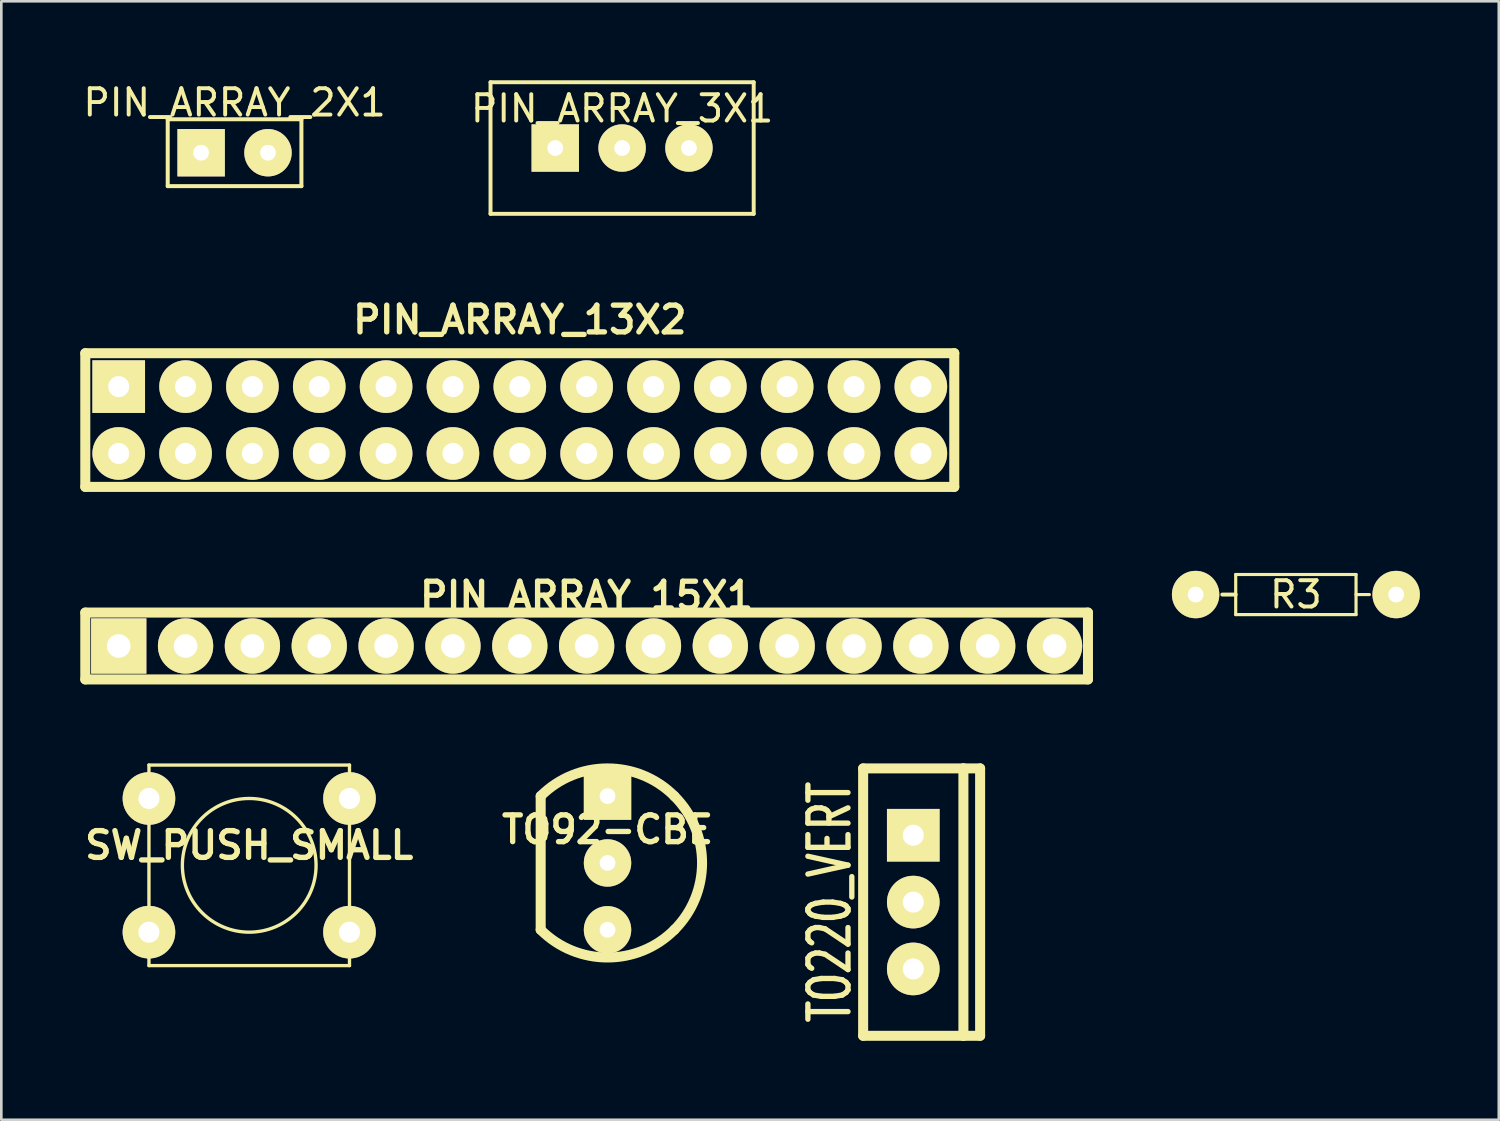
<source format=kicad_pcb>
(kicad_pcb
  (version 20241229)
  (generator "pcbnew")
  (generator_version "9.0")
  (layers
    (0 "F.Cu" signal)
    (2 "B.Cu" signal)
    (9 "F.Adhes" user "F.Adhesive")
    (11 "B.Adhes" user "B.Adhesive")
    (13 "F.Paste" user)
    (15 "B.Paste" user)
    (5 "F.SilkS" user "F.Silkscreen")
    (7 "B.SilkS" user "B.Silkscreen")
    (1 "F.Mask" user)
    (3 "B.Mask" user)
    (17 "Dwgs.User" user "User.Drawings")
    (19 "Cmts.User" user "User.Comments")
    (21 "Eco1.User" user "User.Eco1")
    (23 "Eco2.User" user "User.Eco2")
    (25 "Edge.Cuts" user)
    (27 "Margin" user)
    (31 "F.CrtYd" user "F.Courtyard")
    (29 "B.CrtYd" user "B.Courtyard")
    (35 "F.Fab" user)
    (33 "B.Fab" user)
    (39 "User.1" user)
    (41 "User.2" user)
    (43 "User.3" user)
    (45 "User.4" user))
  (footprint "PIN_ARRAY_13X2"
    (layer "F.Cu")
    (at 16.701 12.911)
    (property "Reference" "PIN_ARRAY_13X2" (at 0 -3.81 0) (layer "F.SilkS") (effects (font (size 1.016 1.016) (thickness 0.203))))
    (attr through_hole)
    (fp_line (start -16.51 -2.54) (end 16.51 -2.54) (stroke (width 0.381) (type solid)) (layer "F.SilkS"))
    (fp_line (start -16.51 2.54) (end -16.51 -2.54) (stroke (width 0.381) (type solid)) (layer "F.SilkS"))
    (fp_line (start 16.51 -2.54) (end 16.51 2.54) (stroke (width 0.381) (type solid)) (layer "F.SilkS"))
    (fp_line (start 16.51 2.54) (end -16.51 2.54) (stroke (width 0.381) (type solid)) (layer "F.SilkS"))
    (pad "1" thru_hole rect (at -15.24 -1.27) (size 2 2) (drill 0.8) (layers "*.Cu" "*.Mask" "F.SilkS"))
    (pad "2" thru_hole circle (at -15.24 1.27) (size 2 2) (drill 0.8) (layers "*.Cu" "*.Mask" "F.SilkS"))
    (pad "3" thru_hole circle (at -12.7 -1.27) (size 2 2) (drill 0.8) (layers "*.Cu" "*.Mask" "F.SilkS"))
    (pad "4" thru_hole circle (at -12.7 1.27) (size 2 2) (drill 0.8) (layers "*.Cu" "*.Mask" "F.SilkS"))
    (pad "5" thru_hole circle (at -10.16 -1.27) (size 2 2) (drill 0.8) (layers "*.Cu" "*.Mask" "F.SilkS"))
    (pad "6" thru_hole circle (at -10.16 1.27) (size 2 2) (drill 0.8) (layers "*.Cu" "*.Mask" "F.SilkS"))
    (pad "7" thru_hole circle (at -7.62 -1.27) (size 2 2) (drill 0.8) (layers "*.Cu" "*.Mask" "F.SilkS"))
    (pad "8" thru_hole circle (at -7.62 1.27) (size 2 2) (drill 0.8) (layers "*.Cu" "*.Mask" "F.SilkS"))
    (pad "9" thru_hole circle (at -5.08 -1.27) (size 2 2) (drill 0.8) (layers "*.Cu" "*.Mask" "F.SilkS"))
    (pad "10" thru_hole circle (at -5.08 1.27) (size 2 2) (drill 0.8) (layers "*.Cu" "*.Mask" "F.SilkS"))
    (pad "11" thru_hole circle (at -2.54 -1.27) (size 1.999 1.999) (drill 0.8) (layers "*.Cu" "*.Mask" "F.SilkS"))
    (pad "12" thru_hole circle (at -2.54 1.27) (size 1.999 1.999) (drill 0.8) (layers "*.Cu" "*.Mask" "F.SilkS"))
    (pad "13" thru_hole circle (at 0 -1.27) (size 1.999 1.999) (drill 0.8) (layers "*.Cu" "*.Mask" "F.SilkS"))
    (pad "14" thru_hole circle (at 0 1.27) (size 1.999 1.999) (drill 0.8) (layers "*.Cu" "*.Mask" "F.SilkS"))
    (pad "15" thru_hole circle (at 2.54 -1.27) (size 1.999 1.999) (drill 0.8) (layers "*.Cu" "*.Mask" "F.SilkS"))
    (pad "16" thru_hole circle (at 2.54 1.27) (size 1.999 1.999) (drill 0.8) (layers "*.Cu" "*.Mask" "F.SilkS"))
    (pad "17" thru_hole circle (at 5.08 -1.27) (size 1.999 1.999) (drill 0.8) (layers "*.Cu" "*.Mask" "F.SilkS"))
    (pad "18" thru_hole circle (at 5.08 1.27) (size 1.999 1.999) (drill 0.8) (layers "*.Cu" "*.Mask" "F.SilkS"))
    (pad "19" thru_hole circle (at 7.62 -1.27) (size 1.999 1.999) (drill 0.8) (layers "*.Cu" "*.Mask" "F.SilkS"))
    (pad "20" thru_hole circle (at 7.62 1.27) (size 1.999 1.999) (drill 0.8) (layers "*.Cu" "*.Mask" "F.SilkS"))
    (pad "21" thru_hole circle (at 10.16 -1.27) (size 1.999 1.999) (drill 0.8) (layers "*.Cu" "*.Mask" "F.SilkS"))
    (pad "22" thru_hole circle (at 10.16 1.27) (size 1.999 1.999) (drill 0.8) (layers "*.Cu" "*.Mask" "F.SilkS"))
    (pad "23" thru_hole circle (at 12.7 -1.27) (size 1.999 1.999) (drill 0.8) (layers "*.Cu" "*.Mask" "F.SilkS"))
    (pad "24" thru_hole circle (at 12.7 1.27) (size 1.999 1.999) (drill 0.8) (layers "*.Cu" "*.Mask" "F.SilkS"))
    (pad "25" thru_hole circle (at 15.24 -1.27) (size 1.999 1.999) (drill 0.8) (layers "*.Cu" "*.Mask" "F.SilkS"))
    (pad "26" thru_hole circle (at 15.24 1.27) (size 1.999 1.999) (drill 0.8) (layers "*.Cu" "*.Mask" "F.SilkS")))
  (footprint "TO92-CBE"
    (layer "F.Cu")
    (at 20.035 29.741)
    (property "Reference" "TO92-CBE" (at 0 -1.27 180) (layer "F.SilkS") (effects (font (size 1.016 1.016) (thickness 0.203))))
    (attr through_hole)
    (fp_line (start -2.54 2.54) (end -2.54 -2.54) (stroke (width 0.381) (type solid)) (layer "F.SilkS"))
    (fp_arc (start -2.54 -2.54) (mid 0 -3.592102) (end 2.54 -2.54) (stroke (width 0.381) (type solid)) (layer "F.SilkS"))
    (fp_arc (start 2.54 -2.54) (mid 3.592102 0) (end 2.54 2.54) (stroke (width 0.381) (type solid)) (layer "F.SilkS"))
    (fp_arc (start 2.54 2.54) (mid 0 3.592102) (end -2.54 2.54) (stroke (width 0.381) (type solid)) (layer "F.SilkS"))
    (pad "B" thru_hole circle (at 0 0 180) (size 1.801 1.801) (drill 0.599) (layers "*.Cu" "*.Mask" "F.SilkS"))
    (pad "C" thru_hole rect (at 0 -2.54 180) (size 1.801 1.801) (drill 0.599) (layers "*.Cu" "*.Mask" "F.SilkS"))
    (pad "E" thru_hole circle (at 0 2.54 180) (size 1.801 1.801) (drill 0.599) (layers "*.Cu" "*.Mask" "F.SilkS")))
  (footprint "R3"
    (layer "F.Cu")
    (at 47.461 19.542)
    (property "Reference" "R3" (at -1.27 0 0) (layer "F.SilkS") (effects (font (size 1 1) (thickness 0.15))))
    (attr through_hole)
    (fp_line (start -3.556 -0.762) (end -3.556 0.762) (stroke (width 0.12) (type solid)) (layer "F.SilkS"))
    (fp_line (start -3.556 0) (end -4.064 0) (stroke (width 0.15) (type solid)) (layer "F.SilkS"))
    (fp_line (start -3.556 0.762) (end 1.016 0.762) (stroke (width 0.12) (type solid)) (layer "F.SilkS"))
    (fp_line (start 1.016 -0.762) (end -3.556 -0.762) (stroke (width 0.12) (type solid)) (layer "F.SilkS"))
    (fp_line (start 1.016 0) (end 1.524 0) (stroke (width 0.12) (type solid)) (layer "F.SilkS"))
    (fp_line (start 1.016 0.762) (end 1.016 -0.762) (stroke (width 0.12) (type solid)) (layer "F.SilkS"))
    (pad "1" thru_hole circle (at -5.08 0) (size 1.801 1.801) (drill 0.599) (layers "*.Cu" "*.Mask" "F.SilkS"))
    (pad "2" thru_hole circle (at 2.54 0) (size 1.801 1.801) (drill 0.599) (layers "*.Cu" "*.Mask" "F.SilkS")))
  (footprint "PIN_ARRAY_3X1"
    (layer "F.Cu")
    (at 20.589 2.575)
    (property "Reference" "PIN_ARRAY_3X1" (at 0 -1.5 0) (layer "F.SilkS") (effects (font (size 1 1) (thickness 0.15))))
    (attr through_hole)
    (fp_line (start -5 -2.5) (end 5 -2.5) (stroke (width 0.15) (type solid)) (layer "F.SilkS"))
    (fp_line (start -5 2.5) (end -5 -2.5) (stroke (width 0.15) (type solid)) (layer "F.SilkS"))
    (fp_line (start 5 -2.5) (end 5 2.5) (stroke (width 0.15) (type solid)) (layer "F.SilkS"))
    (fp_line (start 5 2.5) (end -5 2.5) (stroke (width 0.15) (type solid)) (layer "F.SilkS"))
    (pad "1" thru_hole rect (at -2.54 0) (size 1.801 1.801) (drill 0.599) (layers "*.Cu" "*.Mask" "F.SilkS"))
    (pad "2" thru_hole circle (at 0 0) (size 1.801 1.801) (drill 0.599) (layers "*.Cu" "*.Mask" "F.SilkS"))
    (pad "3" thru_hole circle (at 2.54 0) (size 1.801 1.801) (drill 0.599) (layers "*.Cu" "*.Mask" "F.SilkS")))
  (footprint "TO220_VERT"
    (layer "F.Cu")
    (at 31.653 31.228)
    (property "Reference" "TO220_VERT" (at -3.175 0 90) (layer "F.SilkS") (effects (font (size 1.524 1.016) (thickness 0.203))))
    (attr through_hole)
    (fp_line (start -1.905 -5.08) (end 1.905 -5.08) (stroke (width 0.381) (type solid)) (layer "F.SilkS"))
    (fp_line (start -1.905 5.08) (end -1.905 -5.08) (stroke (width 0.381) (type solid)) (layer "F.SilkS"))
    (fp_line (start 1.905 -5.08) (end 1.905 5.08) (stroke (width 0.381) (type solid)) (layer "F.SilkS"))
    (fp_line (start 1.905 -5.08) (end 2.54 -5.08) (stroke (width 0.381) (type solid)) (layer "F.SilkS"))
    (fp_line (start 1.905 5.08) (end -1.905 5.08) (stroke (width 0.381) (type solid)) (layer "F.SilkS"))
    (fp_line (start 2.54 -5.08) (end 2.54 5.08) (stroke (width 0.381) (type solid)) (layer "F.SilkS"))
    (fp_line (start 2.54 5.08) (end 1.905 5.08) (stroke (width 0.381) (type solid)) (layer "F.SilkS"))
    (pad "1" thru_hole rect (at 0 -2.54) (size 2 2) (drill 0.8) (layers "*.Cu" "*.Mask" "F.SilkS"))
    (pad "2" thru_hole circle (at 0 0) (size 2 2) (drill 0.8) (layers "*.Cu" "*.Mask" "F.SilkS"))
    (pad "3" thru_hole circle (at 0 2.54) (size 2 2) (drill 0.8) (layers "*.Cu" "*.Mask" "F.SilkS")))
  (footprint "PIN_ARRAY_15X1"
    (layer "F.Cu")
    (at 19.241 21.497)
    (property "Reference" "PIN_ARRAY_15X1" (at 0 -1.905 0) (layer "F.SilkS") (effects (font (size 1.016 1.016) (thickness 0.203))))
    (attr through_hole)
    (fp_line (start -19.05 -1.27) (end -19.05 1.27) (stroke (width 0.381) (type solid)) (layer "F.SilkS"))
    (fp_line (start -19.05 -1.27) (end 19.05 -1.27) (stroke (width 0.381) (type solid)) (layer "F.SilkS"))
    (fp_line (start -19.05 1.27) (end 19.05 1.27) (stroke (width 0.381) (type solid)) (layer "F.SilkS"))
    (fp_line (start 19.05 -1.27) (end 19.05 1.27) (stroke (width 0.381) (type solid)) (layer "F.SilkS"))
    (pad "1" thru_hole rect (at -17.78 0) (size 2.101 2.101) (drill 0.899) (layers "*.Cu" "*.Mask" "F.SilkS"))
    (pad "2" thru_hole circle (at -15.24 0) (size 2.101 2.101) (drill 0.899) (layers "*.Cu" "*.Mask" "F.SilkS"))
    (pad "3" thru_hole circle (at -12.7 0) (size 2.101 2.101) (drill 0.899) (layers "*.Cu" "*.Mask" "F.SilkS"))
    (pad "4" thru_hole circle (at -10.16 0) (size 2.101 2.101) (drill 0.899) (layers "*.Cu" "*.Mask" "F.SilkS"))
    (pad "5" thru_hole circle (at -7.62 0) (size 2.101 2.101) (drill 0.899) (layers "*.Cu" "*.Mask" "F.SilkS"))
    (pad "6" thru_hole circle (at -5.08 0) (size 2.101 2.101) (drill 0.899) (layers "*.Cu" "*.Mask" "F.SilkS"))
    (pad "7" thru_hole circle (at -2.54 0) (size 2.101 2.101) (drill 0.899) (layers "*.Cu" "*.Mask" "F.SilkS"))
    (pad "8" thru_hole circle (at 0 0) (size 2.101 2.101) (drill 0.899) (layers "*.Cu" "*.Mask" "F.SilkS"))
    (pad "9" thru_hole circle (at 2.54 0) (size 2.101 2.101) (drill 0.899) (layers "*.Cu" "*.Mask" "F.SilkS"))
    (pad "10" thru_hole circle (at 5.08 0) (size 2.101 2.101) (drill 0.899) (layers "*.Cu" "*.Mask" "F.SilkS"))
    (pad "11" thru_hole circle (at 7.62 0) (size 2.101 2.101) (drill 0.899) (layers "*.Cu" "*.Mask" "F.SilkS"))
    (pad "12" thru_hole circle (at 10.16 0) (size 2.101 2.101) (drill 0.899) (layers "*.Cu" "*.Mask" "F.SilkS"))
    (pad "13" thru_hole circle (at 12.7 0) (size 2.101 2.101) (drill 0.899) (layers "*.Cu" "*.Mask" "F.SilkS"))
    (pad "14" thru_hole circle (at 15.24 0) (size 2.101 2.101) (drill 0.899) (layers "*.Cu" "*.Mask" "F.SilkS"))
    (pad "15" thru_hole circle (at 17.78 0) (size 2.101 2.101) (drill 0.899) (layers "*.Cu" "*.Mask" "F.SilkS")))
  (footprint "PIN_ARRAY_2X1"
    (layer "F.Cu")
    (at 5.863 2.753)
    (property "Reference" "PIN_ARRAY_2X1" (at 0 -1.905 0) (layer "F.SilkS") (effects (font (size 1 1) (thickness 0.15))))
    (attr through_hole)
    (fp_line (start -2.54 -1.27) (end 2.54 -1.27) (stroke (width 0.152) (type solid)) (layer "F.SilkS"))
    (fp_line (start -2.54 1.27) (end -2.54 -1.27) (stroke (width 0.152) (type solid)) (layer "F.SilkS"))
    (fp_line (start 2.54 -1.27) (end 2.54 1.27) (stroke (width 0.152) (type solid)) (layer "F.SilkS"))
    (fp_line (start 2.54 1.27) (end -2.54 1.27) (stroke (width 0.152) (type solid)) (layer "F.SilkS"))
    (pad "1" thru_hole rect (at -1.27 0) (size 1.801 1.801) (drill 0.599) (layers "*.Cu" "*.Mask" "F.SilkS"))
    (pad "2" thru_hole circle (at 1.27 0) (size 1.801 1.801) (drill 0.599) (layers "*.Cu" "*.Mask" "F.SilkS")))
  (footprint "SW_PUSH_SMALL"
    (layer "F.Cu")
    (at 6.42 29.831)
    (property "Reference" "SW_PUSH_SMALL" (at 0 -0.762 0) (layer "F.SilkS") (effects (font (size 1.016 1.016) (thickness 0.203))))
    (attr through_hole)
    (fp_line (start -3.81 -3.81) (end -3.81 3.81) (stroke (width 0.127) (type solid)) (layer "F.SilkS"))
    (fp_line (start -3.81 -3.81) (end 3.81 -3.81) (stroke (width 0.127) (type solid)) (layer "F.SilkS"))
    (fp_line (start 3.81 -3.81) (end 3.81 3.81) (stroke (width 0.127) (type solid)) (layer "F.SilkS"))
    (fp_line (start 3.81 3.81) (end -3.81 3.81) (stroke (width 0.127) (type solid)) (layer "F.SilkS"))
    (fp_circle (center 0 0) (end 0 -2.54) (stroke (width 0.127) (type solid)) (fill no) (layer "F.SilkS"))
    (pad "1" thru_hole circle (at -3.81 -2.54) (size 2 2) (drill 0.8) (layers "*.Cu" "*.Mask" "F.SilkS"))
    (pad "1" thru_hole circle (at 3.81 -2.54) (size 2 2) (drill 0.8) (layers "*.Cu" "*.Mask" "F.SilkS"))
    (pad "2" thru_hole circle (at -3.81 2.54) (size 2 2) (drill 0.8) (layers "*.Cu" "*.Mask" "F.SilkS"))
    (pad "2" thru_hole circle (at 3.81 2.54) (size 2 2) (drill 0.8) (layers "*.Cu" "*.Mask" "F.SilkS")))
  (gr_rect
    (start -3 -3)
    (end 53.902 39.499)
    (stroke (width 0.1) (type default))
    (fill no)
    (layer "Edge.Cuts")))
</source>
